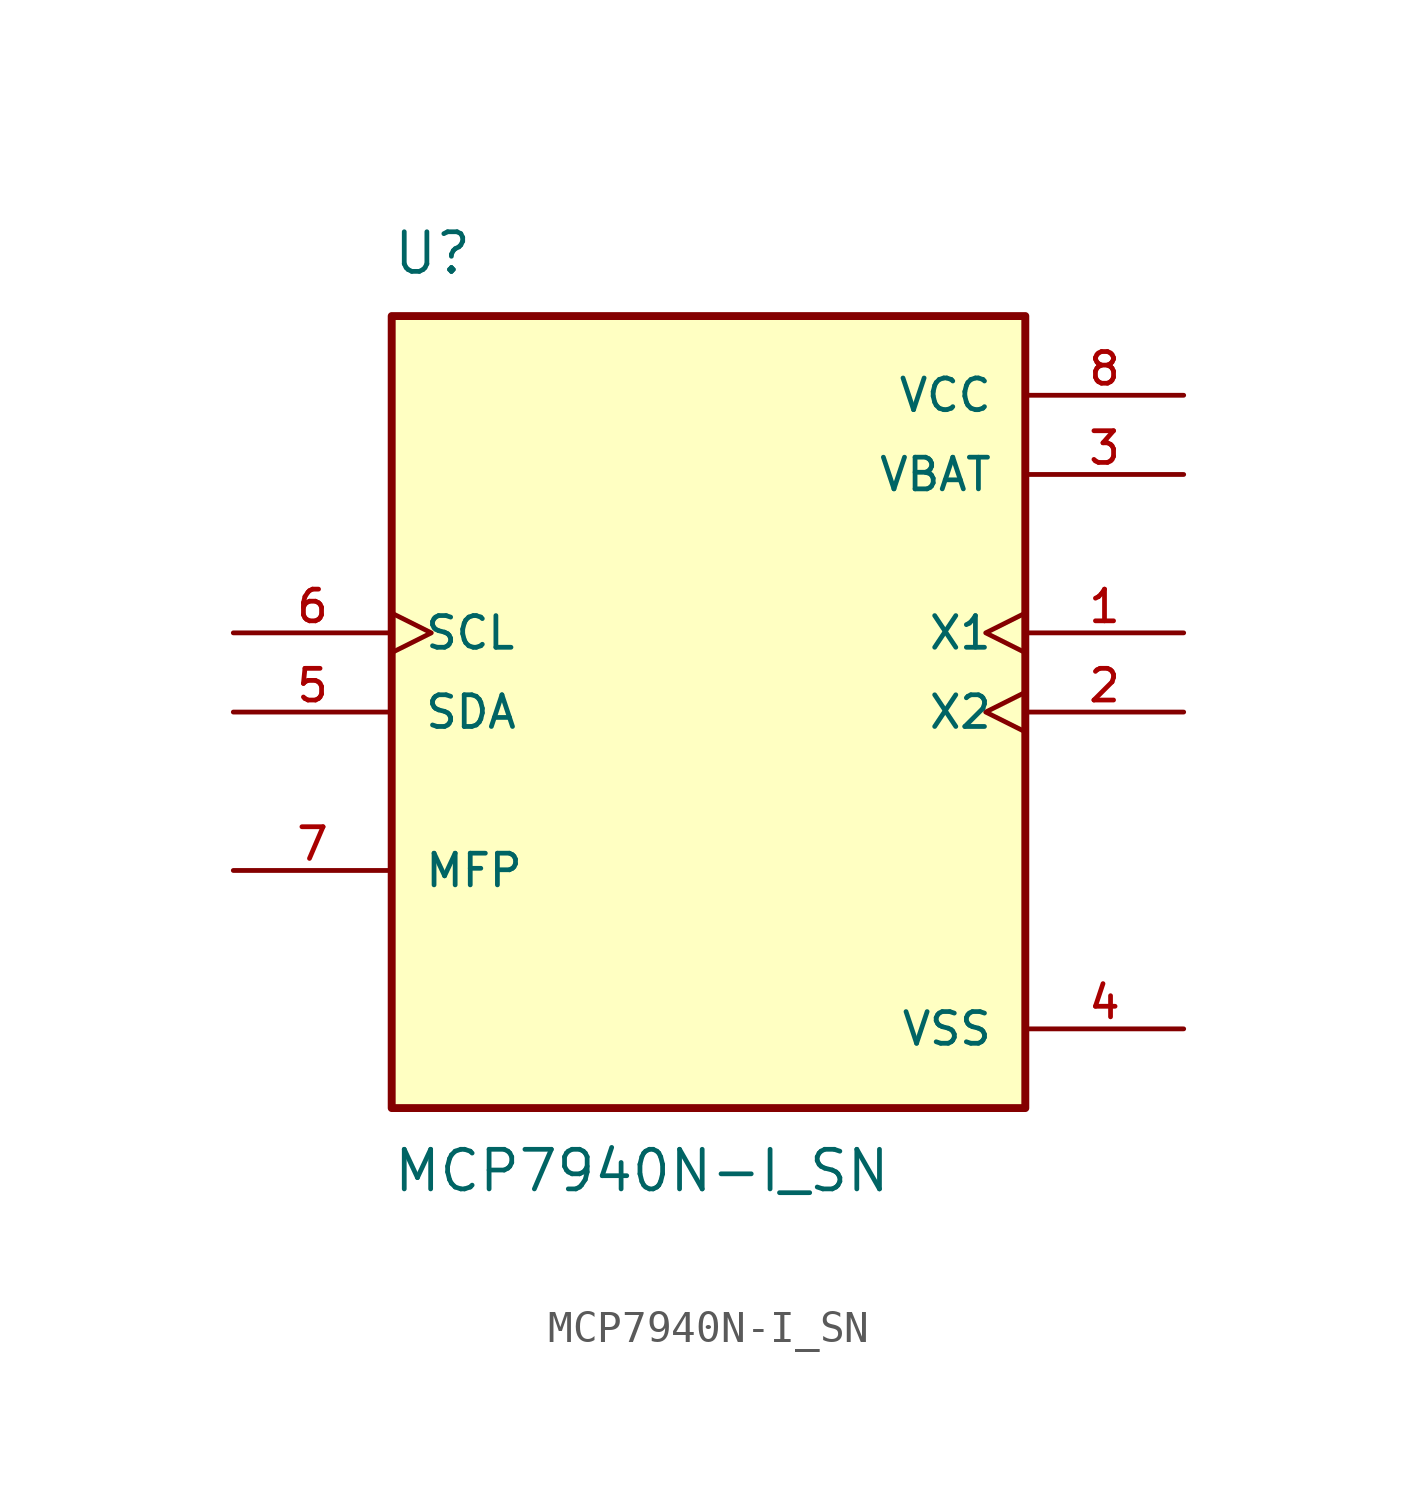
<source format=kicad_sym>
(kicad_symbol_lib
  (version 20211014)
  (generator kicad_symbol_editor)
  (symbol "MCP7940N-I_SN"
    (pin_names
      (offset 1.016))
    (property "Reference" "U"
      (at -10.16 13.97 0)
      (effects (font (size 1.27 1.27)) (justify bottom left)))
    (property "Value" "MCP7940N-I_SN"
      (at -10.16 -13.97 0)
      (effects (font (size 1.27 1.27)) (justify top left)))
    (symbol "MCP7940N-I_SN_0_0"
      (rectangle (start -10.16 -12.7) (end 10.16 12.7) (stroke (width 0.254)) (fill (type background)))
      (pin input clock (at 15.24 2.54 180.0) (length 5.08) (name "X1" (effects (font (size 1.016 1.016)))) (number "1" (effects (font (size 1.016 1.016)))))
      (pin output clock (at 15.24 0.0 180.0) (length 5.08) (name "X2" (effects (font (size 1.016 1.016)))) (number "2" (effects (font (size 1.016 1.016)))))
      (pin power_in line (at 15.24 -10.16 180.0) (length 5.08) (name "VSS" (effects (font (size 1.016 1.016)))) (number "4" (effects (font (size 1.016 1.016)))))
      (pin bidirectional line (at -15.24 0.0 0) (length 5.08) (name "SDA" (effects (font (size 1.016 1.016)))) (number "5" (effects (font (size 1.016 1.016)))))
      (pin input clock (at -15.24 2.54 0) (length 5.08) (name "SCL" (effects (font (size 1.016 1.016)))) (number "6" (effects (font (size 1.016 1.016)))))
      (pin bidirectional line (at -15.24 -5.08 0) (length 5.08) (name "MFP" (effects (font (size 1.016 1.016)))) (number "7" (effects (font (size 1.016 1.016)))))
      (pin power_in line (at 15.24 10.16 180.0) (length 5.08) (name "VCC" (effects (font (size 1.016 1.016)))) (number "8" (effects (font (size 1.016 1.016)))))
      (pin power_in line (at 15.24 7.62 180.0) (length 5.08) (name "VBAT" (effects (font (size 1.016 1.016)))) (number "3" (effects (font (size 1.016 1.016))))))))
</source>
